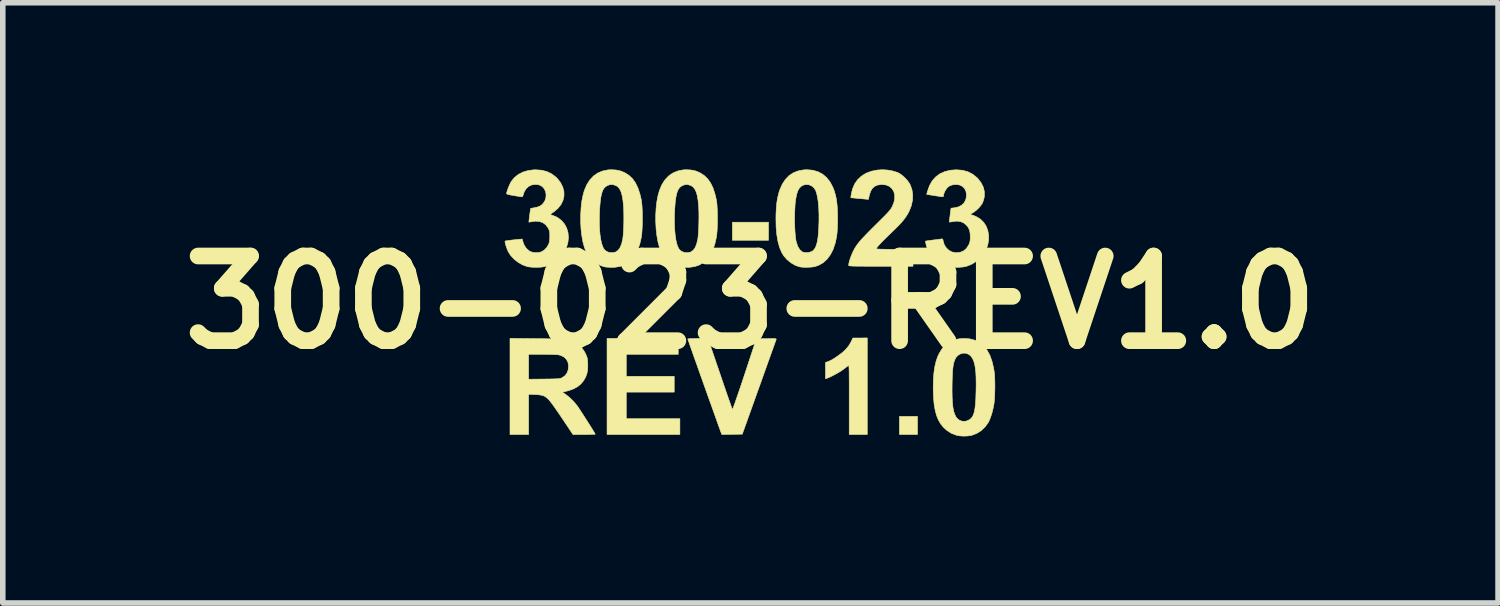
<source format=kicad_pcb>
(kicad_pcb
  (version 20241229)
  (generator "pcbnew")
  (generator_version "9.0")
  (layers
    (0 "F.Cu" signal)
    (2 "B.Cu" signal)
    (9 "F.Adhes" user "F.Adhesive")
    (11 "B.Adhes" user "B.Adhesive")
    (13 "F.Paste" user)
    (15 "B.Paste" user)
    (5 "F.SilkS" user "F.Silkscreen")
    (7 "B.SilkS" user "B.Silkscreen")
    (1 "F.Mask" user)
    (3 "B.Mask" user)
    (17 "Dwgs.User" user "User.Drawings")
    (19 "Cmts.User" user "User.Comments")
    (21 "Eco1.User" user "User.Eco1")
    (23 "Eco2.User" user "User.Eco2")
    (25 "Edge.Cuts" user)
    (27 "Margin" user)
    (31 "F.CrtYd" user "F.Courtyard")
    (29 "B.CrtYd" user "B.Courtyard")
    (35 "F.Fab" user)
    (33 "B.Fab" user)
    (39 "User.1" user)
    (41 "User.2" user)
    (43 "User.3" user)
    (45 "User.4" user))
  (footprint "300-023-REV1.0"
    (layer "F.Cu")
    (at 10.458 2.393)
    (property "Reference" "300-023-REV1.0" (at 0 0 0) (layer "F.SilkS") (effects (font (size 1.524 1.524) (thickness 0.3))))
    (attr through_hole)
    (fp_poly (pts (xy 0.325 -1.118) (xy -0.325 -1.118) (xy -0.325 -1.443) (xy 0.325 -1.443) (xy 0.325 -1.118)) (stroke (width 0.01) (type solid)) (fill yes) (layer "F.SilkS"))
    (fp_poly (pts (xy 3.007 2.377) (xy 2.682 2.377) (xy 2.682 2.052) (xy 3.007 2.052) (xy 3.007 2.377)) (stroke (width 0.01) (type solid)) (fill yes) (layer "F.SilkS"))
    (fp_poly (pts (xy -1.3 0.935) (xy -2.235 0.935) (xy -2.235 1.331) (xy -1.372 1.331) (xy -1.372 1.615) (xy -2.235 1.615) (xy -2.235 2.093) (xy -1.27 2.093) (xy -1.27 2.377) (xy -2.581 2.377) (xy -2.581 0.65) (xy -1.3 0.65) (xy -1.3 0.935)) (stroke (width 0.01) (type solid)) (fill yes) (layer "F.SilkS"))
    (fp_poly (pts (xy 2.103 2.377) (xy 1.778 2.377) (xy 1.778 1.751) (xy 1.778 1.623) (xy 1.778 1.514) (xy 1.778 1.422) (xy 1.777 1.346) (xy 1.777 1.284) (xy 1.776 1.236) (xy 1.775 1.199) (xy 1.774 1.172) (xy 1.772 1.154) (xy 1.77 1.143) (xy 1.767 1.138) (xy 1.764 1.137) (xy 1.76 1.139) (xy 1.759 1.139) (xy 1.743 1.152) (xy 1.715 1.173) (xy 1.682 1.198) (xy 1.67 1.207) (xy 1.634 1.232) (xy 1.586 1.262) (xy 1.532 1.292) (xy 1.478 1.321) (xy 1.428 1.345) (xy 1.388 1.362) (xy 1.374 1.366) (xy 1.351 1.373) (xy 1.351 1.082) (xy 1.401 1.064) (xy 1.446 1.044) (xy 1.501 1.012) (xy 1.56 0.973) (xy 1.619 0.93) (xy 1.673 0.887) (xy 1.708 0.854) (xy 1.769 0.782) (xy 1.81 0.713) (xy 1.844 0.641) (xy 1.974 0.641) (xy 2.103 0.64) (xy 2.103 2.377)) (stroke (width 0.01) (type solid)) (fill yes) (layer "F.SilkS"))
    (fp_poly (pts (xy -0.549 1.283) (xy -0.512 1.392) (xy -0.477 1.495) (xy -0.444 1.591) (xy -0.414 1.678) (xy -0.387 1.755) (xy -0.364 1.82) (xy -0.346 1.871) (xy -0.334 1.907) (xy -0.327 1.926) (xy -0.326 1.929) (xy -0.321 1.922) (xy -0.311 1.897) (xy -0.295 1.855) (xy -0.274 1.797) (xy -0.249 1.724) (xy -0.219 1.637) (xy -0.185 1.538) (xy -0.148 1.428) (xy -0.108 1.307) (xy -0.105 1.299) (xy 0.107 0.655) (xy 0.288 0.653) (xy 0.353 0.652) (xy 0.4 0.651) (xy 0.432 0.652) (xy 0.451 0.654) (xy 0.461 0.657) (xy 0.464 0.662) (xy 0.463 0.668) (xy 0.459 0.68) (xy 0.448 0.71) (xy 0.432 0.756) (xy 0.41 0.817) (xy 0.383 0.891) (xy 0.352 0.978) (xy 0.317 1.075) (xy 0.279 1.182) (xy 0.238 1.297) (xy 0.195 1.418) (xy 0.155 1.529) (xy -0.147 2.372) (xy -0.331 2.375) (xy -0.515 2.378) (xy -0.532 2.334) (xy -0.541 2.31) (xy -0.556 2.268) (xy -0.576 2.213) (xy -0.6 2.145) (xy -0.628 2.066) (xy -0.66 1.977) (xy -0.694 1.881) (xy -0.731 1.779) (xy -0.769 1.673) (xy -0.808 1.563) (xy -0.847 1.453) (xy -0.886 1.344) (xy -0.924 1.237) (xy -0.96 1.134) (xy -0.995 1.037) (xy -1.027 0.947) (xy -1.055 0.867) (xy -1.08 0.797) (xy -1.1 0.739) (xy -1.115 0.696) (xy -1.125 0.668) (xy -1.128 0.658) (xy -1.118 0.656) (xy -1.091 0.654) (xy -1.051 0.652) (xy -1 0.651) (xy -0.946 0.65) (xy -0.765 0.65) (xy -0.549 1.283)) (stroke (width 0.01) (type solid)) (fill yes) (layer "F.SilkS"))
    (fp_poly (pts (xy 1.122 -2.379) (xy 1.216 -2.352) (xy 1.299 -2.308) (xy 1.372 -2.246) (xy 1.433 -2.168) (xy 1.483 -2.074) (xy 1.507 -2.012) (xy 1.528 -1.942) (xy 1.544 -1.872) (xy 1.555 -1.798) (xy 1.563 -1.716) (xy 1.567 -1.621) (xy 1.569 -1.514) (xy 1.568 -1.415) (xy 1.565 -1.331) (xy 1.56 -1.26) (xy 1.553 -1.196) (xy 1.541 -1.134) (xy 1.527 -1.071) (xy 1.523 -1.057) (xy 1.486 -0.948) (xy 1.437 -0.855) (xy 1.377 -0.776) (xy 1.307 -0.713) (xy 1.228 -0.668) (xy 1.164 -0.646) (xy 1.117 -0.637) (xy 1.059 -0.633) (xy 0.997 -0.631) (xy 0.937 -0.633) (xy 0.889 -0.639) (xy 0.881 -0.641) (xy 0.803 -0.669) (xy 0.727 -0.714) (xy 0.657 -0.772) (xy 0.599 -0.839) (xy 0.565 -0.894) (xy 0.526 -0.984) (xy 0.496 -1.092) (xy 0.475 -1.216) (xy 0.462 -1.355) (xy 0.459 -1.509) (xy 0.459 -1.517) (xy 0.794 -1.517) (xy 0.795 -1.421) (xy 0.799 -1.329) (xy 0.804 -1.244) (xy 0.811 -1.17) (xy 0.82 -1.11) (xy 0.827 -1.082) (xy 0.852 -1.008) (xy 0.885 -0.953) (xy 0.924 -0.916) (xy 0.945 -0.905) (xy 0.983 -0.897) (xy 1.03 -0.897) (xy 1.076 -0.906) (xy 1.113 -0.921) (xy 1.116 -0.923) (xy 1.145 -0.95) (xy 1.169 -0.986) (xy 1.188 -1.033) (xy 1.204 -1.094) (xy 1.216 -1.169) (xy 1.225 -1.262) (xy 1.229 -1.331) (xy 1.234 -1.464) (xy 1.234 -1.589) (xy 1.229 -1.706) (xy 1.22 -1.811) (xy 1.206 -1.902) (xy 1.188 -1.976) (xy 1.175 -2.013) (xy 1.144 -2.061) (xy 1.102 -2.097) (xy 1.051 -2.118) (xy 0.996 -2.121) (xy 0.983 -2.119) (xy 0.94 -2.106) (xy 0.904 -2.082) (xy 0.873 -2.047) (xy 0.849 -1.999) (xy 0.83 -1.937) (xy 0.815 -1.859) (xy 0.804 -1.764) (xy 0.798 -1.651) (xy 0.796 -1.611) (xy 0.794 -1.517) (xy 0.459 -1.517) (xy 0.46 -1.589) (xy 0.466 -1.7) (xy 0.475 -1.795) (xy 0.488 -1.878) (xy 0.506 -1.954) (xy 0.526 -2.02) (xy 0.571 -2.124) (xy 0.627 -2.21) (xy 0.692 -2.279) (xy 0.769 -2.331) (xy 0.856 -2.366) (xy 0.955 -2.385) (xy 1.019 -2.388) (xy 1.122 -2.379)) (stroke (width 0.01) (type solid)) (fill yes) (layer "F.SilkS"))
    (fp_poly (pts (xy 3.95 0.657) (xy 4.044 0.682) (xy 4.126 0.724) (xy 4.198 0.783) (xy 4.259 0.859) (xy 4.31 0.952) (xy 4.349 1.063) (xy 4.379 1.191) (xy 4.389 1.255) (xy 4.395 1.313) (xy 4.398 1.386) (xy 4.4 1.469) (xy 4.4 1.556) (xy 4.397 1.643) (xy 4.394 1.723) (xy 4.388 1.792) (xy 4.384 1.825) (xy 4.369 1.904) (xy 4.349 1.985) (xy 4.325 2.06) (xy 4.3 2.125) (xy 4.28 2.164) (xy 4.224 2.241) (xy 4.155 2.307) (xy 4.076 2.357) (xy 3.989 2.391) (xy 3.964 2.397) (xy 3.901 2.405) (xy 3.831 2.407) (xy 3.762 2.402) (xy 3.71 2.392) (xy 3.618 2.357) (xy 3.535 2.304) (xy 3.475 2.249) (xy 3.425 2.188) (xy 3.384 2.118) (xy 3.351 2.038) (xy 3.326 1.946) (xy 3.307 1.84) (xy 3.296 1.719) (xy 3.291 1.593) (xy 3.629 1.593) (xy 3.631 1.708) (xy 3.636 1.806) (xy 3.645 1.889) (xy 3.658 1.957) (xy 3.676 2.012) (xy 3.697 2.057) (xy 3.719 2.087) (xy 3.762 2.122) (xy 3.814 2.14) (xy 3.869 2.14) (xy 3.909 2.128) (xy 3.944 2.11) (xy 3.973 2.087) (xy 3.997 2.056) (xy 4.016 2.017) (xy 4.031 1.966) (xy 4.042 1.903) (xy 4.051 1.825) (xy 4.057 1.731) (xy 4.06 1.618) (xy 4.061 1.6) (xy 4.063 1.466) (xy 4.061 1.351) (xy 4.056 1.252) (xy 4.046 1.169) (xy 4.033 1.101) (xy 4.015 1.045) (xy 3.992 1) (xy 3.965 0.964) (xy 3.933 0.938) (xy 3.885 0.917) (xy 3.834 0.913) (xy 3.783 0.926) (xy 3.737 0.952) (xy 3.7 0.991) (xy 3.688 1.012) (xy 3.674 1.047) (xy 3.661 1.083) (xy 3.652 1.124) (xy 3.645 1.171) (xy 3.639 1.228) (xy 3.635 1.298) (xy 3.632 1.383) (xy 3.63 1.459) (xy 3.629 1.593) (xy 3.291 1.593) (xy 3.291 1.581) (xy 3.29 1.524) (xy 3.293 1.385) (xy 3.303 1.263) (xy 3.319 1.155) (xy 3.342 1.059) (xy 3.372 0.972) (xy 3.401 0.912) (xy 3.455 0.826) (xy 3.518 0.757) (xy 3.591 0.706) (xy 3.675 0.671) (xy 3.771 0.653) (xy 3.846 0.649) (xy 3.95 0.657)) (stroke (width 0.01) (type solid)) (fill yes) (layer "F.SilkS"))
    (fp_poly (pts (xy -2.417 -2.383) (xy -2.342 -2.367) (xy -2.269 -2.338) (xy -2.255 -2.33) (xy -2.183 -2.284) (xy -2.121 -2.224) (xy -2.069 -2.151) (xy -2.026 -2.061) (xy -1.99 -1.954) (xy -1.964 -1.844) (xy -1.957 -1.792) (xy -1.951 -1.725) (xy -1.947 -1.646) (xy -1.946 -1.56) (xy -1.945 -1.471) (xy -1.947 -1.384) (xy -1.951 -1.303) (xy -1.956 -1.233) (xy -1.963 -1.178) (xy -1.964 -1.172) (xy -1.99 -1.057) (xy -2.023 -0.958) (xy -2.064 -0.874) (xy -2.114 -0.802) (xy -2.134 -0.778) (xy -2.2 -0.717) (xy -2.271 -0.673) (xy -2.351 -0.646) (xy -2.442 -0.632) (xy -2.498 -0.631) (xy -2.545 -0.632) (xy -2.59 -0.635) (xy -2.624 -0.639) (xy -2.634 -0.641) (xy -2.706 -0.667) (xy -2.779 -0.709) (xy -2.847 -0.764) (xy -2.905 -0.827) (xy -2.95 -0.895) (xy -2.955 -0.904) (xy -2.988 -0.988) (xy -3.015 -1.087) (xy -3.035 -1.199) (xy -3.049 -1.319) (xy -3.056 -1.437) (xy -2.72 -1.437) (xy -2.716 -1.321) (xy -2.707 -1.217) (xy -2.693 -1.126) (xy -2.675 -1.049) (xy -2.653 -0.989) (xy -2.631 -0.952) (xy -2.594 -0.92) (xy -2.546 -0.9) (xy -2.491 -0.894) (xy -2.438 -0.903) (xy -2.424 -0.908) (xy -2.382 -0.937) (xy -2.348 -0.984) (xy -2.32 -1.049) (xy -2.3 -1.131) (xy -2.296 -1.157) (xy -2.29 -1.214) (xy -2.285 -1.286) (xy -2.281 -1.37) (xy -2.279 -1.458) (xy -2.279 -1.547) (xy -2.28 -1.632) (xy -2.283 -1.708) (xy -2.285 -1.738) (xy -2.295 -1.838) (xy -2.309 -1.92) (xy -2.327 -1.985) (xy -2.35 -2.035) (xy -2.379 -2.073) (xy -2.414 -2.099) (xy -2.421 -2.102) (xy -2.475 -2.12) (xy -2.527 -2.12) (xy -2.578 -2.102) (xy -2.611 -2.08) (xy -2.639 -2.05) (xy -2.662 -2.008) (xy -2.68 -1.953) (xy -2.694 -1.884) (xy -2.705 -1.798) (xy -2.713 -1.694) (xy -2.714 -1.694) (xy -2.719 -1.561) (xy -2.72 -1.437) (xy -3.056 -1.437) (xy -3.056 -1.445) (xy -3.056 -1.572) (xy -3.049 -1.697) (xy -3.036 -1.817) (xy -3.014 -1.927) (xy -2.991 -2.012) (xy -2.947 -2.116) (xy -2.892 -2.203) (xy -2.826 -2.274) (xy -2.749 -2.328) (xy -2.662 -2.365) (xy -2.564 -2.385) (xy -2.503 -2.388) (xy -2.417 -2.383)) (stroke (width 0.01) (type solid)) (fill yes) (layer "F.SilkS"))
    (fp_poly (pts (xy -1.066 -2.383) (xy -0.991 -2.367) (xy -0.918 -2.338) (xy -0.904 -2.33) (xy -0.832 -2.284) (xy -0.77 -2.224) (xy -0.718 -2.151) (xy -0.674 -2.061) (xy -0.639 -1.954) (xy -0.613 -1.844) (xy -0.605 -1.792) (xy -0.6 -1.725) (xy -0.596 -1.646) (xy -0.594 -1.56) (xy -0.594 -1.471) (xy -0.596 -1.384) (xy -0.599 -1.303) (xy -0.605 -1.233) (xy -0.612 -1.178) (xy -0.613 -1.172) (xy -0.639 -1.057) (xy -0.672 -0.958) (xy -0.713 -0.874) (xy -0.763 -0.802) (xy -0.783 -0.778) (xy -0.849 -0.717) (xy -0.92 -0.673) (xy -1 -0.646) (xy -1.091 -0.632) (xy -1.146 -0.631) (xy -1.194 -0.632) (xy -1.238 -0.635) (xy -1.272 -0.639) (xy -1.283 -0.641) (xy -1.355 -0.667) (xy -1.428 -0.709) (xy -1.495 -0.764) (xy -1.554 -0.827) (xy -1.599 -0.895) (xy -1.604 -0.904) (xy -1.637 -0.988) (xy -1.664 -1.087) (xy -1.684 -1.199) (xy -1.698 -1.319) (xy -1.704 -1.437) (xy -1.369 -1.437) (xy -1.364 -1.321) (xy -1.355 -1.217) (xy -1.342 -1.126) (xy -1.324 -1.049) (xy -1.302 -0.989) (xy -1.28 -0.952) (xy -1.243 -0.92) (xy -1.194 -0.9) (xy -1.14 -0.894) (xy -1.086 -0.903) (xy -1.073 -0.908) (xy -1.031 -0.937) (xy -0.996 -0.984) (xy -0.969 -1.049) (xy -0.949 -1.131) (xy -0.945 -1.157) (xy -0.939 -1.214) (xy -0.934 -1.286) (xy -0.93 -1.37) (xy -0.928 -1.458) (xy -0.927 -1.547) (xy -0.928 -1.632) (xy -0.931 -1.708) (xy -0.933 -1.738) (xy -0.943 -1.838) (xy -0.957 -1.92) (xy -0.975 -1.985) (xy -0.999 -2.035) (xy -1.028 -2.073) (xy -1.063 -2.099) (xy -1.07 -2.102) (xy -1.124 -2.12) (xy -1.176 -2.12) (xy -1.226 -2.102) (xy -1.26 -2.08) (xy -1.288 -2.05) (xy -1.311 -2.008) (xy -1.329 -1.953) (xy -1.343 -1.884) (xy -1.354 -1.798) (xy -1.362 -1.694) (xy -1.362 -1.694) (xy -1.368 -1.561) (xy -1.369 -1.437) (xy -1.704 -1.437) (xy -1.705 -1.445) (xy -1.705 -1.572) (xy -1.698 -1.697) (xy -1.684 -1.817) (xy -1.663 -1.927) (xy -1.639 -2.012) (xy -1.596 -2.116) (xy -1.541 -2.203) (xy -1.475 -2.274) (xy -1.398 -2.328) (xy -1.31 -2.365) (xy -1.213 -2.385) (xy -1.152 -2.388) (xy -1.066 -2.383)) (stroke (width 0.01) (type solid)) (fill yes) (layer "F.SilkS"))
    (fp_poly (pts (xy 2.469 -2.382) (xy 2.558 -2.366) (xy 2.637 -2.342) (xy 2.674 -2.326) (xy 2.722 -2.294) (xy 2.773 -2.25) (xy 2.821 -2.199) (xy 2.859 -2.146) (xy 2.874 -2.12) (xy 2.907 -2.031) (xy 2.921 -1.935) (xy 2.917 -1.837) (xy 2.895 -1.737) (xy 2.855 -1.638) (xy 2.829 -1.589) (xy 2.803 -1.549) (xy 2.777 -1.511) (xy 2.748 -1.474) (xy 2.713 -1.433) (xy 2.671 -1.388) (xy 2.619 -1.336) (xy 2.555 -1.274) (xy 2.522 -1.241) (xy 2.441 -1.163) (xy 2.376 -1.098) (xy 2.326 -1.046) (xy 2.291 -1.006) (xy 2.271 -0.978) (xy 2.266 -0.964) (xy 2.275 -0.962) (xy 2.303 -0.96) (xy 2.346 -0.958) (xy 2.403 -0.957) (xy 2.47 -0.956) (xy 2.546 -0.955) (xy 2.596 -0.955) (xy 2.926 -0.955) (xy 2.926 -0.65) (xy 2.347 -0.65) (xy 2.224 -0.65) (xy 2.119 -0.65) (xy 2.032 -0.651) (xy 1.96 -0.651) (xy 1.903 -0.652) (xy 1.858 -0.653) (xy 1.824 -0.654) (xy 1.8 -0.656) (xy 1.784 -0.658) (xy 1.774 -0.66) (xy 1.769 -0.663) (xy 1.768 -0.667) (xy 1.768 -0.667) (xy 1.772 -0.703) (xy 1.784 -0.75) (xy 1.802 -0.806) (xy 1.824 -0.863) (xy 1.844 -0.909) (xy 1.862 -0.944) (xy 1.88 -0.977) (xy 1.9 -1.009) (xy 1.923 -1.042) (xy 1.95 -1.077) (xy 1.983 -1.117) (xy 2.024 -1.161) (xy 2.073 -1.213) (xy 2.132 -1.274) (xy 2.202 -1.344) (xy 2.285 -1.426) (xy 2.33 -1.471) (xy 2.39 -1.531) (xy 2.438 -1.579) (xy 2.474 -1.617) (xy 2.502 -1.649) (xy 2.523 -1.675) (xy 2.539 -1.7) (xy 2.552 -1.724) (xy 2.554 -1.727) (xy 2.584 -1.804) (xy 2.597 -1.876) (xy 2.595 -1.943) (xy 2.577 -2.002) (xy 2.545 -2.051) (xy 2.5 -2.089) (xy 2.443 -2.113) (xy 2.374 -2.122) (xy 2.347 -2.121) (xy 2.285 -2.111) (xy 2.235 -2.089) (xy 2.196 -2.054) (xy 2.165 -2.003) (xy 2.142 -1.936) (xy 2.129 -1.879) (xy 2.124 -1.854) (xy 1.965 -1.869) (xy 1.806 -1.884) (xy 1.813 -1.935) (xy 1.836 -2.038) (xy 1.874 -2.129) (xy 1.928 -2.207) (xy 1.997 -2.272) (xy 2.079 -2.324) (xy 2.174 -2.36) (xy 2.28 -2.382) (xy 2.377 -2.388) (xy 2.469 -2.382)) (stroke (width 0.01) (type solid)) (fill yes) (layer "F.SilkS"))
    (fp_poly (pts (xy -3.843 0.653) (xy -3.722 0.654) (xy -3.619 0.656) (xy -3.532 0.657) (xy -3.46 0.659) (xy -3.4 0.662) (xy -3.351 0.666) (xy -3.31 0.671) (xy -3.275 0.677) (xy -3.245 0.684) (xy -3.218 0.693) (xy -3.191 0.703) (xy -3.164 0.715) (xy -3.099 0.755) (xy -3.04 0.812) (xy -2.99 0.883) (xy -2.969 0.921) (xy -2.953 0.958) (xy -2.941 0.989) (xy -2.935 1.02) (xy -2.931 1.058) (xy -2.928 1.108) (xy -2.929 1.199) (xy -2.942 1.277) (xy -2.967 1.347) (xy -3.005 1.412) (xy -3.006 1.413) (xy -3.053 1.469) (xy -3.109 1.515) (xy -3.176 1.553) (xy -3.258 1.584) (xy -3.356 1.61) (xy -3.357 1.61) (xy -3.386 1.617) (xy -3.331 1.653) (xy -3.258 1.71) (xy -3.185 1.781) (xy -3.12 1.859) (xy -3.104 1.882) (xy -3.08 1.917) (xy -3.051 1.962) (xy -3.017 2.014) (xy -2.981 2.07) (xy -2.944 2.128) (xy -2.907 2.186) (xy -2.873 2.24) (xy -2.843 2.288) (xy -2.819 2.328) (xy -2.802 2.356) (xy -2.794 2.371) (xy -2.794 2.372) (xy -2.804 2.374) (xy -2.831 2.375) (xy -2.872 2.376) (xy -2.924 2.377) (xy -2.984 2.377) (xy -2.995 2.377) (xy -3.195 2.377) (xy -3.383 2.096) (xy -3.43 2.026) (xy -3.477 1.958) (xy -3.52 1.896) (xy -3.559 1.841) (xy -3.592 1.798) (xy -3.616 1.767) (xy -3.624 1.757) (xy -3.661 1.721) (xy -3.696 1.695) (xy -3.734 1.678) (xy -3.781 1.667) (xy -3.84 1.66) (xy -3.879 1.658) (xy -3.993 1.654) (xy -3.993 2.377) (xy -4.328 2.377) (xy -4.328 0.935) (xy -3.993 0.935) (xy -3.993 1.383) (xy -3.711 1.38) (xy -3.627 1.379) (xy -3.562 1.378) (xy -3.511 1.376) (xy -3.473 1.375) (xy -3.445 1.372) (xy -3.424 1.369) (xy -3.409 1.364) (xy -3.395 1.358) (xy -3.387 1.354) (xy -3.335 1.317) (xy -3.3 1.269) (xy -3.281 1.215) (xy -3.274 1.144) (xy -3.284 1.081) (xy -3.311 1.027) (xy -3.354 0.985) (xy -3.412 0.955) (xy -3.445 0.946) (xy -3.47 0.942) (xy -3.512 0.94) (xy -3.567 0.937) (xy -3.633 0.936) (xy -3.705 0.935) (xy -3.744 0.935) (xy -3.993 0.935) (xy -4.328 0.935) (xy -4.328 0.648) (xy -3.843 0.653)) (stroke (width 0.01) (type solid)) (fill yes) (layer "F.SilkS"))
    (fp_poly (pts (xy 3.816 -2.378) (xy 3.913 -2.352) (xy 3.999 -2.308) (xy 4.076 -2.247) (xy 4.096 -2.226) (xy 4.153 -2.151) (xy 4.192 -2.073) (xy 4.211 -1.992) (xy 4.21 -1.91) (xy 4.207 -1.887) (xy 4.197 -1.847) (xy 4.184 -1.808) (xy 4.176 -1.788) (xy 4.146 -1.742) (xy 4.104 -1.694) (xy 4.057 -1.651) (xy 4.015 -1.621) (xy 3.98 -1.599) (xy 3.965 -1.584) (xy 3.967 -1.576) (xy 3.98 -1.575) (xy 4.004 -1.569) (xy 4.039 -1.555) (xy 4.078 -1.536) (xy 4.117 -1.513) (xy 4.147 -1.492) (xy 4.203 -1.435) (xy 4.246 -1.366) (xy 4.274 -1.288) (xy 4.288 -1.203) (xy 4.287 -1.116) (xy 4.27 -1.028) (xy 4.239 -0.943) (xy 4.208 -0.888) (xy 4.146 -0.809) (xy 4.069 -0.741) (xy 3.983 -0.687) (xy 3.89 -0.65) (xy 3.875 -0.646) (xy 3.824 -0.637) (xy 3.761 -0.632) (xy 3.693 -0.631) (xy 3.627 -0.634) (xy 3.571 -0.641) (xy 3.548 -0.646) (xy 3.454 -0.681) (xy 3.368 -0.732) (xy 3.294 -0.797) (xy 3.232 -0.874) (xy 3.187 -0.959) (xy 3.165 -1.027) (xy 3.157 -1.063) (xy 3.152 -1.089) (xy 3.151 -1.102) (xy 3.151 -1.102) (xy 3.162 -1.105) (xy 3.189 -1.109) (xy 3.229 -1.115) (xy 3.277 -1.121) (xy 3.282 -1.122) (xy 3.333 -1.128) (xy 3.379 -1.134) (xy 3.415 -1.139) (xy 3.435 -1.142) (xy 3.435 -1.142) (xy 3.453 -1.143) (xy 3.462 -1.135) (xy 3.468 -1.113) (xy 3.469 -1.106) (xy 3.488 -1.041) (xy 3.523 -0.984) (xy 3.57 -0.939) (xy 3.627 -0.908) (xy 3.69 -0.895) (xy 3.704 -0.894) (xy 3.776 -0.902) (xy 3.837 -0.927) (xy 3.886 -0.969) (xy 3.926 -1.029) (xy 3.929 -1.034) (xy 3.944 -1.067) (xy 3.952 -1.098) (xy 3.956 -1.132) (xy 3.957 -1.179) (xy 3.954 -1.245) (xy 3.944 -1.297) (xy 3.925 -1.341) (xy 3.896 -1.381) (xy 3.893 -1.385) (xy 3.841 -1.429) (xy 3.78 -1.455) (xy 3.711 -1.463) (xy 3.632 -1.453) (xy 3.628 -1.452) (xy 3.601 -1.447) (xy 3.584 -1.445) (xy 3.581 -1.445) (xy 3.581 -1.456) (xy 3.583 -1.482) (xy 3.588 -1.521) (xy 3.594 -1.569) (xy 3.594 -1.571) (xy 3.61 -1.695) (xy 3.667 -1.702) (xy 3.741 -1.718) (xy 3.801 -1.749) (xy 3.846 -1.792) (xy 3.875 -1.848) (xy 3.881 -1.869) (xy 3.889 -1.936) (xy 3.88 -1.996) (xy 3.856 -2.047) (xy 3.818 -2.087) (xy 3.768 -2.112) (xy 3.72 -2.121) (xy 3.652 -2.119) (xy 3.595 -2.102) (xy 3.554 -2.075) (xy 3.53 -2.048) (xy 3.506 -2.011) (xy 3.487 -1.971) (xy 3.476 -1.935) (xy 3.475 -1.923) (xy 3.475 -1.913) (xy 3.472 -1.906) (xy 3.464 -1.902) (xy 3.449 -1.902) (xy 3.422 -1.905) (xy 3.382 -1.911) (xy 3.325 -1.92) (xy 3.311 -1.922) (xy 3.173 -1.944) (xy 3.187 -2) (xy 3.223 -2.101) (xy 3.272 -2.188) (xy 3.335 -2.259) (xy 3.411 -2.315) (xy 3.5 -2.355) (xy 3.6 -2.379) (xy 3.708 -2.387) (xy 3.816 -2.378)) (stroke (width 0.01) (type solid)) (fill yes) (layer "F.SilkS"))
    (fp_poly (pts (xy -3.758 -2.379) (xy -3.662 -2.354) (xy -3.576 -2.312) (xy -3.499 -2.253) (xy -3.476 -2.23) (xy -3.417 -2.154) (xy -3.378 -2.075) (xy -3.357 -1.995) (xy -3.356 -1.915) (xy -3.374 -1.836) (xy -3.41 -1.762) (xy -3.465 -1.692) (xy -3.538 -1.63) (xy -3.553 -1.62) (xy -3.609 -1.583) (xy -3.55 -1.563) (xy -3.469 -1.526) (xy -3.401 -1.474) (xy -3.347 -1.411) (xy -3.308 -1.338) (xy -3.284 -1.257) (xy -3.276 -1.171) (xy -3.285 -1.08) (xy -3.311 -0.988) (xy -3.332 -0.939) (xy -3.385 -0.854) (xy -3.454 -0.779) (xy -3.535 -0.716) (xy -3.626 -0.669) (xy -3.695 -0.646) (xy -3.745 -0.637) (xy -3.808 -0.632) (xy -3.875 -0.631) (xy -3.94 -0.634) (xy -3.996 -0.64) (xy -4.021 -0.646) (xy -4.103 -0.676) (xy -4.182 -0.721) (xy -4.254 -0.778) (xy -4.314 -0.842) (xy -4.359 -0.911) (xy -4.361 -0.916) (xy -4.376 -0.95) (xy -4.39 -0.988) (xy -4.403 -1.028) (xy -4.412 -1.064) (xy -4.418 -1.09) (xy -4.417 -1.103) (xy -4.417 -1.103) (xy -4.406 -1.106) (xy -4.379 -1.111) (xy -4.34 -1.116) (xy -4.295 -1.122) (xy -4.247 -1.127) (xy -4.2 -1.132) (xy -4.159 -1.136) (xy -4.127 -1.139) (xy -4.11 -1.139) (xy -4.108 -1.139) (xy -4.104 -1.126) (xy -4.097 -1.101) (xy -4.091 -1.077) (xy -4.067 -1.02) (xy -4.03 -0.969) (xy -3.985 -0.929) (xy -3.958 -0.913) (xy -3.913 -0.9) (xy -3.86 -0.895) (xy -3.807 -0.898) (xy -3.766 -0.908) (xy -3.713 -0.94) (xy -3.667 -0.987) (xy -3.636 -1.039) (xy -3.624 -1.07) (xy -3.616 -1.101) (xy -3.613 -1.138) (xy -3.612 -1.189) (xy -3.612 -1.235) (xy -3.615 -1.268) (xy -3.621 -1.294) (xy -3.631 -1.318) (xy -3.643 -1.341) (xy -3.685 -1.397) (xy -3.738 -1.436) (xy -3.802 -1.457) (xy -3.874 -1.462) (xy -3.932 -1.454) (xy -3.962 -1.448) (xy -3.983 -1.445) (xy -3.988 -1.445) (xy -3.987 -1.456) (xy -3.985 -1.482) (xy -3.98 -1.521) (xy -3.974 -1.568) (xy -3.974 -1.57) (xy -3.957 -1.691) (xy -3.889 -1.704) (xy -3.832 -1.717) (xy -3.79 -1.733) (xy -3.756 -1.756) (xy -3.737 -1.775) (xy -3.702 -1.824) (xy -3.683 -1.879) (xy -3.678 -1.936) (xy -3.687 -1.992) (xy -3.71 -2.043) (xy -3.746 -2.084) (xy -3.787 -2.109) (xy -3.817 -2.118) (xy -3.855 -2.123) (xy -3.873 -2.123) (xy -3.938 -2.114) (xy -3.994 -2.087) (xy -4.04 -2.044) (xy -4.073 -1.987) (xy -4.085 -1.95) (xy -4.095 -1.922) (xy -4.104 -1.903) (xy -4.109 -1.9) (xy -4.123 -1.901) (xy -4.152 -1.905) (xy -4.194 -1.912) (xy -4.243 -1.92) (xy -4.255 -1.922) (xy -4.313 -1.932) (xy -4.354 -1.941) (xy -4.378 -1.948) (xy -4.388 -1.955) (xy -4.389 -1.958) (xy -4.385 -1.983) (xy -4.374 -2.02) (xy -4.358 -2.064) (xy -4.339 -2.109) (xy -4.32 -2.15) (xy -4.304 -2.178) (xy -4.249 -2.246) (xy -4.179 -2.302) (xy -4.096 -2.345) (xy -4.002 -2.373) (xy -3.901 -2.386) (xy -3.866 -2.387) (xy -3.758 -2.379)) (stroke (width 0.01) (type solid)) (fill yes) (layer "F.SilkS")))
  (gr_rect
    (start -3 -3)
    (end 23.915 7.804)
    (stroke (width 0.1) (type default))
    (fill no)
    (layer "Edge.Cuts")))
</source>
